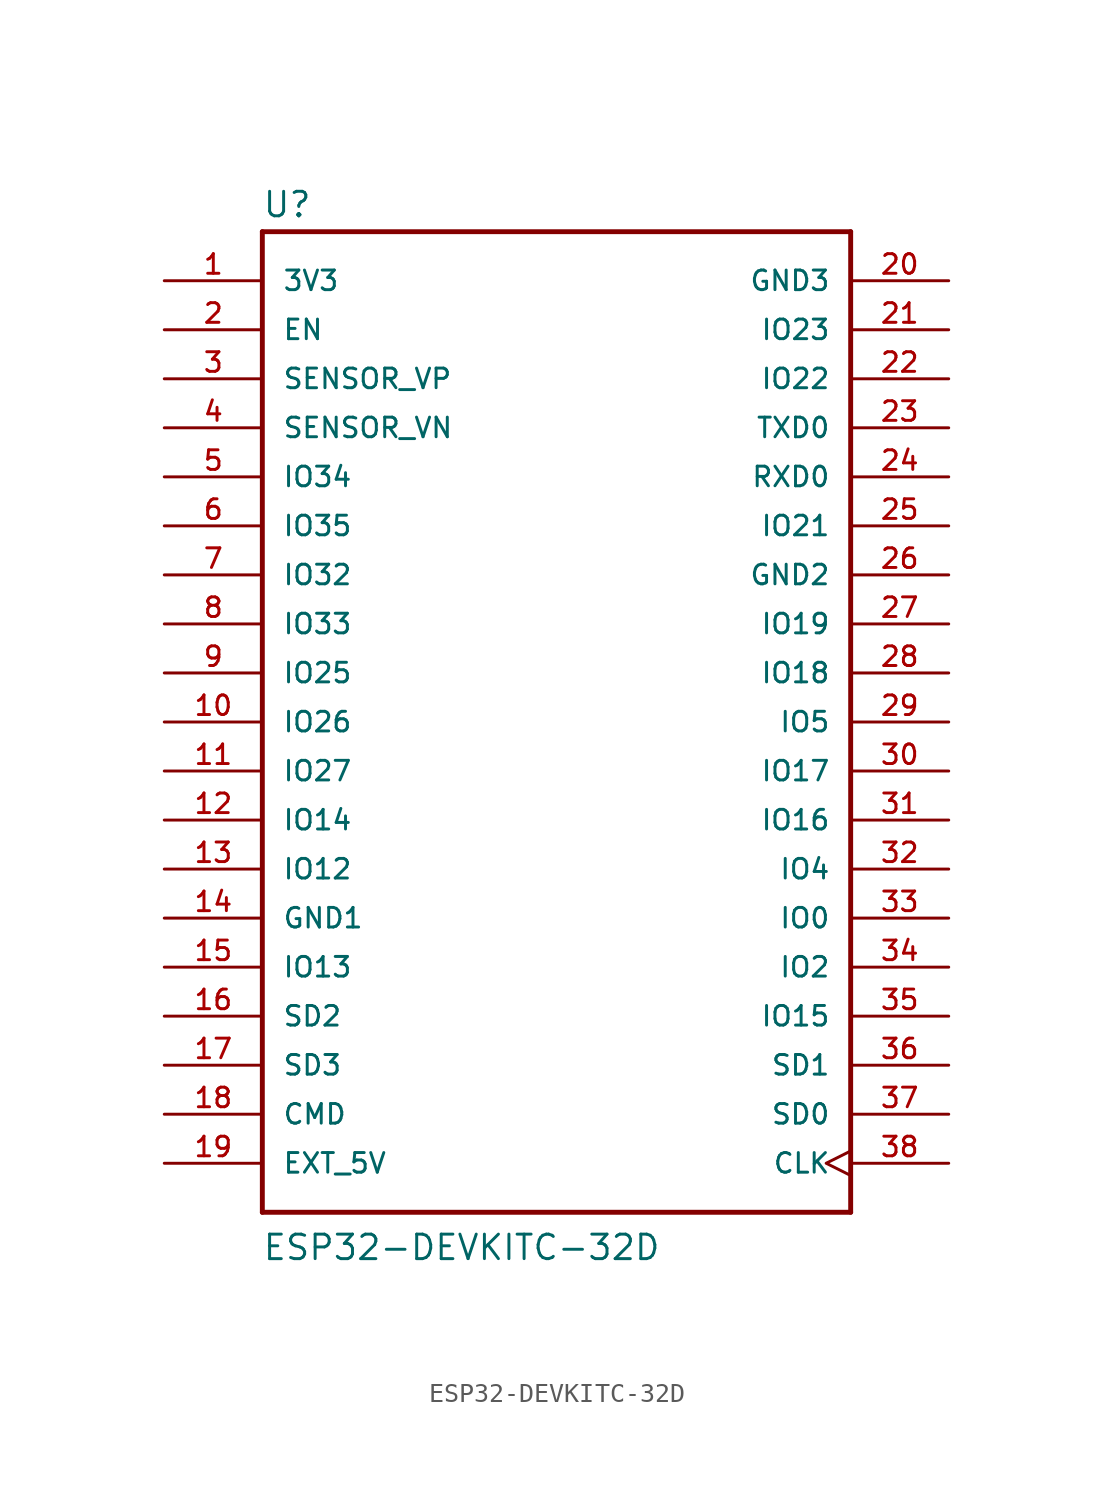
<source format=kicad_sym>
(kicad_symbol_lib
  (version 20211014)
  (generator kicad_symbol_editor)
  (symbol "ESP32-DEVKITC-32D"
    (pin_names
      (offset 1.016))
    (property "Reference" "U"
      (at -15.265 26.06 0)
      (effects (font (size 1.27 1.27)) (justify left bottom)))
    (property "Value" "ESP32-DEVKITC-32D"
      (at -15.265 -27.965 0)
      (effects (font (size 1.27 1.27)) (justify left bottom)))
    (property "ki_locked" ""
      (at 0 0 0)
      (effects (font (size 1.27 1.27))))
    (symbol "ESP32-DEVKITC-32D_0_0"
      (polyline (pts (xy -15.24 -25.4) (xy -15.24 25.4)) (stroke (width 0.254) (type default) (color 0 0 0 0)) (fill (type none)))
      (polyline (pts (xy -15.24 25.4) (xy 15.24 25.4)) (stroke (width 0.254) (type default) (color 0 0 0 0)) (fill (type none)))
      (polyline (pts (xy 15.24 -25.4) (xy -15.24 -25.4)) (stroke (width 0.254) (type default) (color 0 0 0 0)) (fill (type none)))
      (polyline (pts (xy 15.24 25.4) (xy 15.24 -25.4)) (stroke (width 0.254) (type default) (color 0 0 0 0)) (fill (type none)))
      (pin power_in line (at -20.32 22.86 0) (length 5.08) (name "3V3" (effects (font (size 1.016 1.016)))) (number "1" (effects (font (size 1.016 1.016)))))
      (pin bidirectional line (at -20.32 0 0) (length 5.08) (name "IO26" (effects (font (size 1.016 1.016)))) (number "10" (effects (font (size 1.016 1.016)))))
      (pin bidirectional line (at -20.32 -2.54 0) (length 5.08) (name "IO27" (effects (font (size 1.016 1.016)))) (number "11" (effects (font (size 1.016 1.016)))))
      (pin bidirectional line (at -20.32 -5.08 0) (length 5.08) (name "IO14" (effects (font (size 1.016 1.016)))) (number "12" (effects (font (size 1.016 1.016)))))
      (pin bidirectional line (at -20.32 -7.62 0) (length 5.08) (name "IO12" (effects (font (size 1.016 1.016)))) (number "13" (effects (font (size 1.016 1.016)))))
      (pin power_in line (at -20.32 -10.16 0) (length 5.08) (name "GND1" (effects (font (size 1.016 1.016)))) (number "14" (effects (font (size 1.016 1.016)))))
      (pin bidirectional line (at -20.32 -12.7 0) (length 5.08) (name "IO13" (effects (font (size 1.016 1.016)))) (number "15" (effects (font (size 1.016 1.016)))))
      (pin bidirectional line (at -20.32 -15.24 0) (length 5.08) (name "SD2" (effects (font (size 1.016 1.016)))) (number "16" (effects (font (size 1.016 1.016)))))
      (pin bidirectional line (at -20.32 -17.78 0) (length 5.08) (name "SD3" (effects (font (size 1.016 1.016)))) (number "17" (effects (font (size 1.016 1.016)))))
      (pin bidirectional line (at -20.32 -20.32 0) (length 5.08) (name "CMD" (effects (font (size 1.016 1.016)))) (number "18" (effects (font (size 1.016 1.016)))))
      (pin power_in line (at -20.32 -22.86 0) (length 5.08) (name "EXT_5V" (effects (font (size 1.016 1.016)))) (number "19" (effects (font (size 1.016 1.016)))))
      (pin input line (at -20.32 20.32 0) (length 5.08) (name "EN" (effects (font (size 1.016 1.016)))) (number "2" (effects (font (size 1.016 1.016)))))
      (pin power_in line (at 20.32 22.86 180) (length 5.08) (name "GND3" (effects (font (size 1.016 1.016)))) (number "20" (effects (font (size 1.016 1.016)))))
      (pin bidirectional line (at 20.32 20.32 180) (length 5.08) (name "IO23" (effects (font (size 1.016 1.016)))) (number "21" (effects (font (size 1.016 1.016)))))
      (pin bidirectional line (at 20.32 17.78 180) (length 5.08) (name "IO22" (effects (font (size 1.016 1.016)))) (number "22" (effects (font (size 1.016 1.016)))))
      (pin output line (at 20.32 15.24 180) (length 5.08) (name "TXD0" (effects (font (size 1.016 1.016)))) (number "23" (effects (font (size 1.016 1.016)))))
      (pin input line (at 20.32 12.7 180) (length 5.08) (name "RXD0" (effects (font (size 1.016 1.016)))) (number "24" (effects (font (size 1.016 1.016)))))
      (pin bidirectional line (at 20.32 10.16 180) (length 5.08) (name "IO21" (effects (font (size 1.016 1.016)))) (number "25" (effects (font (size 1.016 1.016)))))
      (pin power_in line (at 20.32 7.62 180) (length 5.08) (name "GND2" (effects (font (size 1.016 1.016)))) (number "26" (effects (font (size 1.016 1.016)))))
      (pin bidirectional line (at 20.32 5.08 180) (length 5.08) (name "IO19" (effects (font (size 1.016 1.016)))) (number "27" (effects (font (size 1.016 1.016)))))
      (pin bidirectional line (at 20.32 2.54 180) (length 5.08) (name "IO18" (effects (font (size 1.016 1.016)))) (number "28" (effects (font (size 1.016 1.016)))))
      (pin bidirectional line (at 20.32 0 180) (length 5.08) (name "IO5" (effects (font (size 1.016 1.016)))) (number "29" (effects (font (size 1.016 1.016)))))
      (pin input line (at -20.32 17.78 0) (length 5.08) (name "SENSOR_VP" (effects (font (size 1.016 1.016)))) (number "3" (effects (font (size 1.016 1.016)))))
      (pin bidirectional line (at 20.32 -2.54 180) (length 5.08) (name "IO17" (effects (font (size 1.016 1.016)))) (number "30" (effects (font (size 1.016 1.016)))))
      (pin bidirectional line (at 20.32 -5.08 180) (length 5.08) (name "IO16" (effects (font (size 1.016 1.016)))) (number "31" (effects (font (size 1.016 1.016)))))
      (pin bidirectional line (at 20.32 -7.62 180) (length 5.08) (name "IO4" (effects (font (size 1.016 1.016)))) (number "32" (effects (font (size 1.016 1.016)))))
      (pin bidirectional line (at 20.32 -10.16 180) (length 5.08) (name "IO0" (effects (font (size 1.016 1.016)))) (number "33" (effects (font (size 1.016 1.016)))))
      (pin bidirectional line (at 20.32 -12.7 180) (length 5.08) (name "IO2" (effects (font (size 1.016 1.016)))) (number "34" (effects (font (size 1.016 1.016)))))
      (pin bidirectional line (at 20.32 -15.24 180) (length 5.08) (name "IO15" (effects (font (size 1.016 1.016)))) (number "35" (effects (font (size 1.016 1.016)))))
      (pin bidirectional line (at 20.32 -17.78 180) (length 5.08) (name "SD1" (effects (font (size 1.016 1.016)))) (number "36" (effects (font (size 1.016 1.016)))))
      (pin bidirectional line (at 20.32 -20.32 180) (length 5.08) (name "SD0" (effects (font (size 1.016 1.016)))) (number "37" (effects (font (size 1.016 1.016)))))
      (pin input clock (at 20.32 -22.86 180) (length 5.08) (name "CLK" (effects (font (size 1.016 1.016)))) (number "38" (effects (font (size 1.016 1.016)))))
      (pin input line (at -20.32 15.24 0) (length 5.08) (name "SENSOR_VN" (effects (font (size 1.016 1.016)))) (number "4" (effects (font (size 1.016 1.016)))))
      (pin bidirectional line (at -20.32 12.7 0) (length 5.08) (name "IO34" (effects (font (size 1.016 1.016)))) (number "5" (effects (font (size 1.016 1.016)))))
      (pin bidirectional line (at -20.32 10.16 0) (length 5.08) (name "IO35" (effects (font (size 1.016 1.016)))) (number "6" (effects (font (size 1.016 1.016)))))
      (pin bidirectional line (at -20.32 7.62 0) (length 5.08) (name "IO32" (effects (font (size 1.016 1.016)))) (number "7" (effects (font (size 1.016 1.016)))))
      (pin bidirectional line (at -20.32 5.08 0) (length 5.08) (name "IO33" (effects (font (size 1.016 1.016)))) (number "8" (effects (font (size 1.016 1.016)))))
      (pin bidirectional line (at -20.32 2.54 0) (length 5.08) (name "IO25" (effects (font (size 1.016 1.016)))) (number "9" (effects (font (size 1.016 1.016))))))))
</source>
